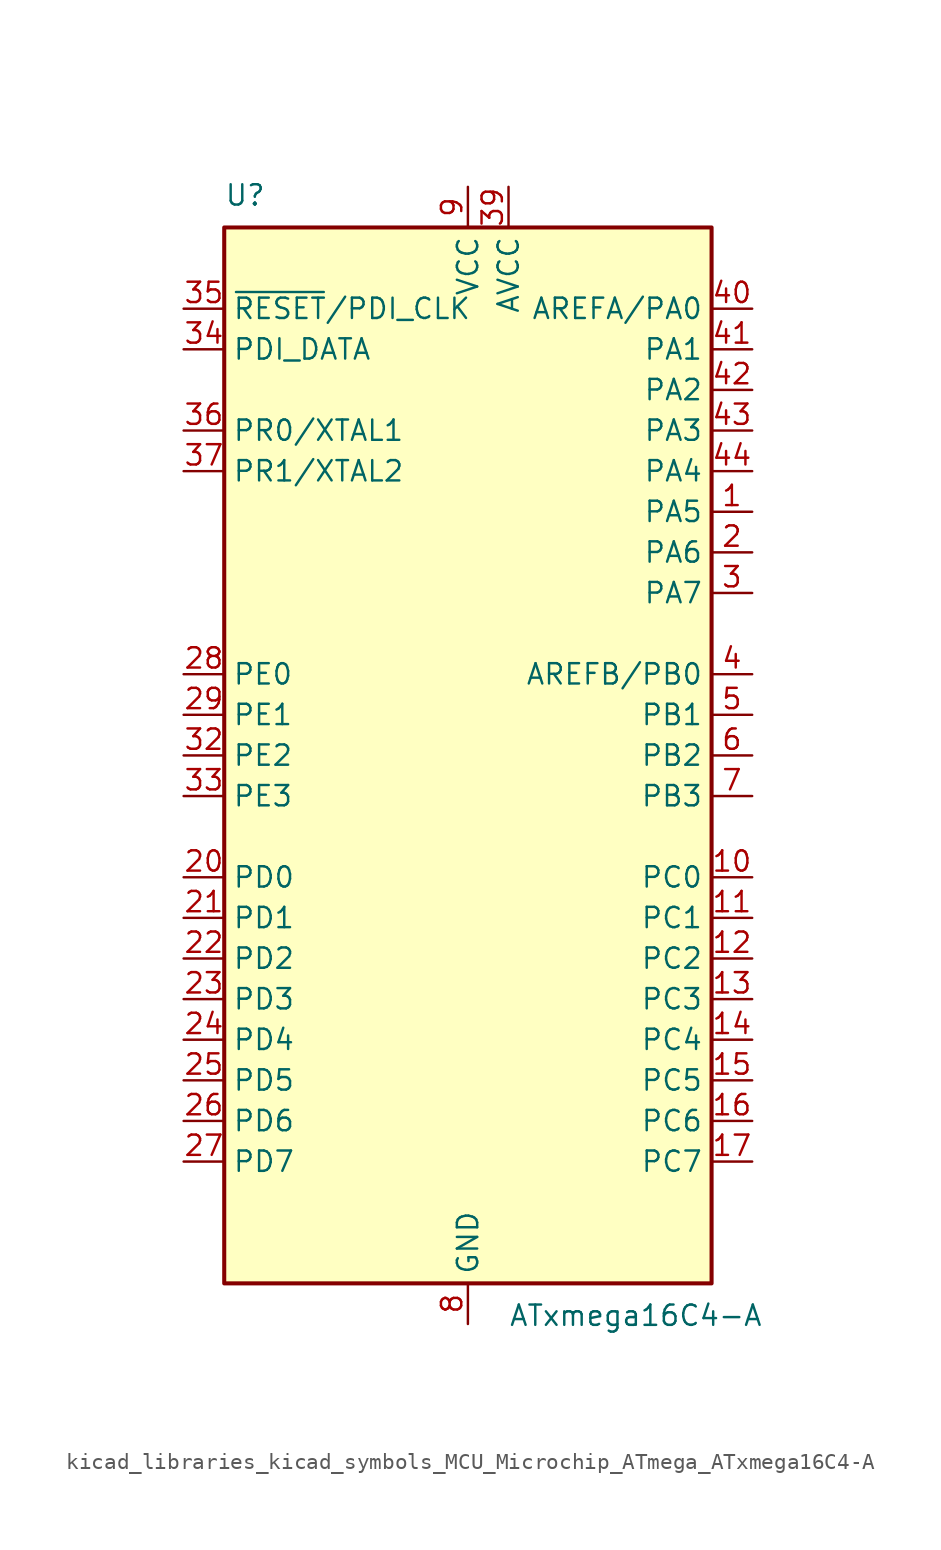
<source format=kicad_sym>
(kicad_symbol_lib
  (version 20220914)
  (generator kicad_symbol_editor)
  (symbol "kicad_libraries_kicad_symbols_MCU_Microchip_ATmega_ATxmega16C4-A"
    (property "Reference" "U"
      (at -15.24 34.29 0)
      (effects (font (size 1.27 1.27)) (justify left bottom)))
    (property "Value" "ATxmega16C4-A"
      (at 2.54 -34.29 0)
      (effects (font (size 1.27 1.27)) (justify left top)))
    (symbol "kicad_libraries_kicad_symbols_MCU_Microchip_ATmega_ATxmega16C4-A_0_1"
      (rectangle (start -15.24 -33.02) (end 15.24 33.02) (stroke (width 0.254) (type default)) (fill (type background))))
    (symbol "kicad_libraries_kicad_symbols_MCU_Microchip_ATmega_ATxmega16C4-A_1_1"
      (pin bidirectional line (at 17.78 15.24 180) (length 2.54) (name "PA5" (effects (font (size 1.27 1.27)))) (number "1" (effects (font (size 1.27 1.27)))))
      (pin bidirectional line (at 17.78 -7.62 180) (length 2.54) (name "PC0" (effects (font (size 1.27 1.27)))) (number "10" (effects (font (size 1.27 1.27)))))
      (pin bidirectional line (at 17.78 -10.16 180) (length 2.54) (name "PC1" (effects (font (size 1.27 1.27)))) (number "11" (effects (font (size 1.27 1.27)))))
      (pin bidirectional line (at 17.78 -12.7 180) (length 2.54) (name "PC2" (effects (font (size 1.27 1.27)))) (number "12" (effects (font (size 1.27 1.27)))))
      (pin bidirectional line (at 17.78 -15.24 180) (length 2.54) (name "PC3" (effects (font (size 1.27 1.27)))) (number "13" (effects (font (size 1.27 1.27)))))
      (pin bidirectional line (at 17.78 -17.78 180) (length 2.54) (name "PC4" (effects (font (size 1.27 1.27)))) (number "14" (effects (font (size 1.27 1.27)))))
      (pin bidirectional line (at 17.78 -20.32 180) (length 2.54) (name "PC5" (effects (font (size 1.27 1.27)))) (number "15" (effects (font (size 1.27 1.27)))))
      (pin bidirectional line (at 17.78 -22.86 180) (length 2.54) (name "PC6" (effects (font (size 1.27 1.27)))) (number "16" (effects (font (size 1.27 1.27)))))
      (pin bidirectional line (at 17.78 -25.4 180) (length 2.54) (name "PC7" (effects (font (size 1.27 1.27)))) (number "17" (effects (font (size 1.27 1.27)))))
      (pin passive line (at 0 -35.56 90) (length 2.54) hide (name "GND" (effects (font (size 1.27 1.27)))) (number "18" (effects (font (size 1.27 1.27)))))
      (pin passive line (at 0 35.56 270) (length 2.54) hide (name "VCC" (effects (font (size 1.27 1.27)))) (number "19" (effects (font (size 1.27 1.27)))))
      (pin bidirectional line (at 17.78 12.7 180) (length 2.54) (name "PA6" (effects (font (size 1.27 1.27)))) (number "2" (effects (font (size 1.27 1.27)))))
      (pin bidirectional line (at -17.78 -7.62 0) (length 2.54) (name "PD0" (effects (font (size 1.27 1.27)))) (number "20" (effects (font (size 1.27 1.27)))))
      (pin bidirectional line (at -17.78 -10.16 0) (length 2.54) (name "PD1" (effects (font (size 1.27 1.27)))) (number "21" (effects (font (size 1.27 1.27)))))
      (pin bidirectional line (at -17.78 -12.7 0) (length 2.54) (name "PD2" (effects (font (size 1.27 1.27)))) (number "22" (effects (font (size 1.27 1.27)))))
      (pin bidirectional line (at -17.78 -15.24 0) (length 2.54) (name "PD3" (effects (font (size 1.27 1.27)))) (number "23" (effects (font (size 1.27 1.27)))))
      (pin bidirectional line (at -17.78 -17.78 0) (length 2.54) (name "PD4" (effects (font (size 1.27 1.27)))) (number "24" (effects (font (size 1.27 1.27)))))
      (pin bidirectional line (at -17.78 -20.32 0) (length 2.54) (name "PD5" (effects (font (size 1.27 1.27)))) (number "25" (effects (font (size 1.27 1.27)))))
      (pin bidirectional line (at -17.78 -22.86 0) (length 2.54) (name "PD6" (effects (font (size 1.27 1.27)))) (number "26" (effects (font (size 1.27 1.27)))))
      (pin bidirectional line (at -17.78 -25.4 0) (length 2.54) (name "PD7" (effects (font (size 1.27 1.27)))) (number "27" (effects (font (size 1.27 1.27)))))
      (pin bidirectional line (at -17.78 5.08 0) (length 2.54) (name "PE0" (effects (font (size 1.27 1.27)))) (number "28" (effects (font (size 1.27 1.27)))))
      (pin bidirectional line (at -17.78 2.54 0) (length 2.54) (name "PE1" (effects (font (size 1.27 1.27)))) (number "29" (effects (font (size 1.27 1.27)))))
      (pin bidirectional line (at 17.78 10.16 180) (length 2.54) (name "PA7" (effects (font (size 1.27 1.27)))) (number "3" (effects (font (size 1.27 1.27)))))
      (pin passive line (at 0 -35.56 90) (length 2.54) hide (name "GND" (effects (font (size 1.27 1.27)))) (number "30" (effects (font (size 1.27 1.27)))))
      (pin passive line (at 0 35.56 270) (length 2.54) hide (name "VCC" (effects (font (size 1.27 1.27)))) (number "31" (effects (font (size 1.27 1.27)))))
      (pin bidirectional line (at -17.78 0 0) (length 2.54) (name "PE2" (effects (font (size 1.27 1.27)))) (number "32" (effects (font (size 1.27 1.27)))))
      (pin bidirectional line (at -17.78 -2.54 0) (length 2.54) (name "PE3" (effects (font (size 1.27 1.27)))) (number "33" (effects (font (size 1.27 1.27)))))
      (pin bidirectional line (at -17.78 25.4 0) (length 2.54) (name "PDI_DATA" (effects (font (size 1.27 1.27)))) (number "34" (effects (font (size 1.27 1.27)))))
      (pin input line (at -17.78 27.94 0) (length 2.54) (name "~{RESET}/PDI_CLK" (effects (font (size 1.27 1.27)))) (number "35" (effects (font (size 1.27 1.27)))))
      (pin bidirectional line (at -17.78 20.32 0) (length 2.54) (name "PR0/XTAL1" (effects (font (size 1.27 1.27)))) (number "36" (effects (font (size 1.27 1.27)))))
      (pin bidirectional line (at -17.78 17.78 0) (length 2.54) (name "PR1/XTAL2" (effects (font (size 1.27 1.27)))) (number "37" (effects (font (size 1.27 1.27)))))
      (pin passive line (at 0 -35.56 90) (length 2.54) hide (name "GND" (effects (font (size 1.27 1.27)))) (number "38" (effects (font (size 1.27 1.27)))))
      (pin power_in line (at 2.54 35.56 270) (length 2.54) (name "AVCC" (effects (font (size 1.27 1.27)))) (number "39" (effects (font (size 1.27 1.27)))))
      (pin bidirectional line (at 17.78 5.08 180) (length 2.54) (name "AREFB/PB0" (effects (font (size 1.27 1.27)))) (number "4" (effects (font (size 1.27 1.27)))))
      (pin bidirectional line (at 17.78 27.94 180) (length 2.54) (name "AREFA/PA0" (effects (font (size 1.27 1.27)))) (number "40" (effects (font (size 1.27 1.27)))))
      (pin bidirectional line (at 17.78 25.4 180) (length 2.54) (name "PA1" (effects (font (size 1.27 1.27)))) (number "41" (effects (font (size 1.27 1.27)))))
      (pin bidirectional line (at 17.78 22.86 180) (length 2.54) (name "PA2" (effects (font (size 1.27 1.27)))) (number "42" (effects (font (size 1.27 1.27)))))
      (pin bidirectional line (at 17.78 20.32 180) (length 2.54) (name "PA3" (effects (font (size 1.27 1.27)))) (number "43" (effects (font (size 1.27 1.27)))))
      (pin bidirectional line (at 17.78 17.78 180) (length 2.54) (name "PA4" (effects (font (size 1.27 1.27)))) (number "44" (effects (font (size 1.27 1.27)))))
      (pin bidirectional line (at 17.78 2.54 180) (length 2.54) (name "PB1" (effects (font (size 1.27 1.27)))) (number "5" (effects (font (size 1.27 1.27)))))
      (pin bidirectional line (at 17.78 0 180) (length 2.54) (name "PB2" (effects (font (size 1.27 1.27)))) (number "6" (effects (font (size 1.27 1.27)))))
      (pin bidirectional line (at 17.78 -2.54 180) (length 2.54) (name "PB3" (effects (font (size 1.27 1.27)))) (number "7" (effects (font (size 1.27 1.27)))))
      (pin power_in line (at 0 -35.56 90) (length 2.54) (name "GND" (effects (font (size 1.27 1.27)))) (number "8" (effects (font (size 1.27 1.27)))))
      (pin power_in line (at 0 35.56 270) (length 2.54) (name "VCC" (effects (font (size 1.27 1.27)))) (number "9" (effects (font (size 1.27 1.27))))))))
</source>
